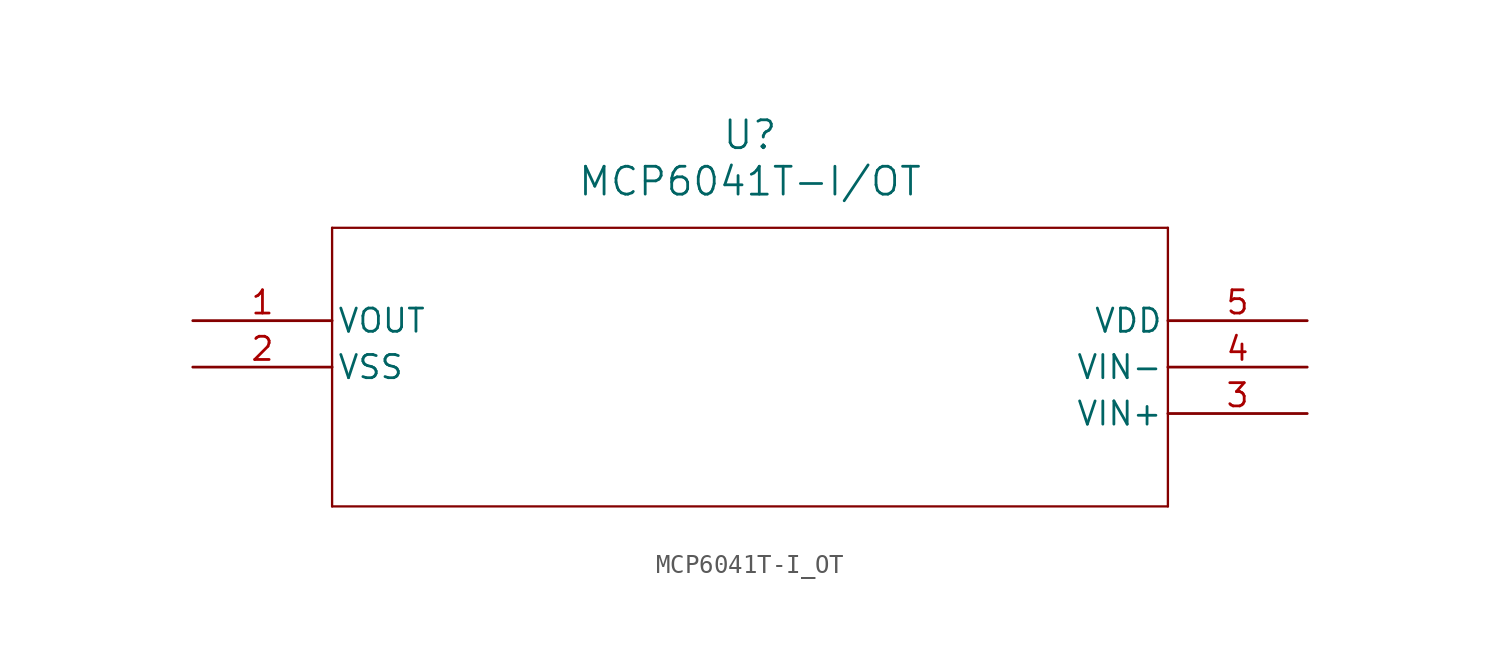
<source format=kicad_sym>
(kicad_symbol_lib
  (version 20211014)
  (generator kicad_symbol_editor)
  (symbol "MCP6041T-I_OT"
    (pin_names
      (offset 0.254))
    (property "Reference" "U"
      (at 30.48 10.16 0)
      (effects (font (size 1.524 1.524))))
    (property "Value" "MCP6041T-I/OT"
      (at 30.48 7.62 0)
      (effects (font (size 1.524 1.524))))
    (symbol "MCP6041T-I_OT_0_1"
      (polyline (pts (xy 7.62 5.08) (xy 7.62 -10.16)) (stroke (width 0.127) (type default) (color 0 0 0 0)) (fill (type none)))
      (polyline (pts (xy 7.62 -10.16) (xy 53.34 -10.16)) (stroke (width 0.127) (type default) (color 0 0 0 0)) (fill (type none)))
      (polyline (pts (xy 53.34 -10.16) (xy 53.34 5.08)) (stroke (width 0.127) (type default) (color 0 0 0 0)) (fill (type none)))
      (polyline (pts (xy 53.34 5.08) (xy 7.62 5.08)) (stroke (width 0.127) (type default) (color 0 0 0 0)) (fill (type none)))
      (pin unspecified line (at 0 0 0) (length 7.62) (name "VOUT" (effects (font (size 1.27 1.27)))) (number "1" (effects (font (size 1.27 1.27)))))
      (pin unspecified line (at 0 -2.54 0) (length 7.62) (name "VSS" (effects (font (size 1.27 1.27)))) (number "2" (effects (font (size 1.27 1.27)))))
      (pin unspecified line (at 60.96 -5.08 180) (length 7.62) (name "VIN+" (effects (font (size 1.27 1.27)))) (number "3" (effects (font (size 1.27 1.27)))))
      (pin unspecified line (at 60.96 -2.54 180) (length 7.62) (name "VIN-" (effects (font (size 1.27 1.27)))) (number "4" (effects (font (size 1.27 1.27)))))
      (pin unspecified line (at 60.96 0 180) (length 7.62) (name "VDD" (effects (font (size 1.27 1.27)))) (number "5" (effects (font (size 1.27 1.27))))))))
</source>
